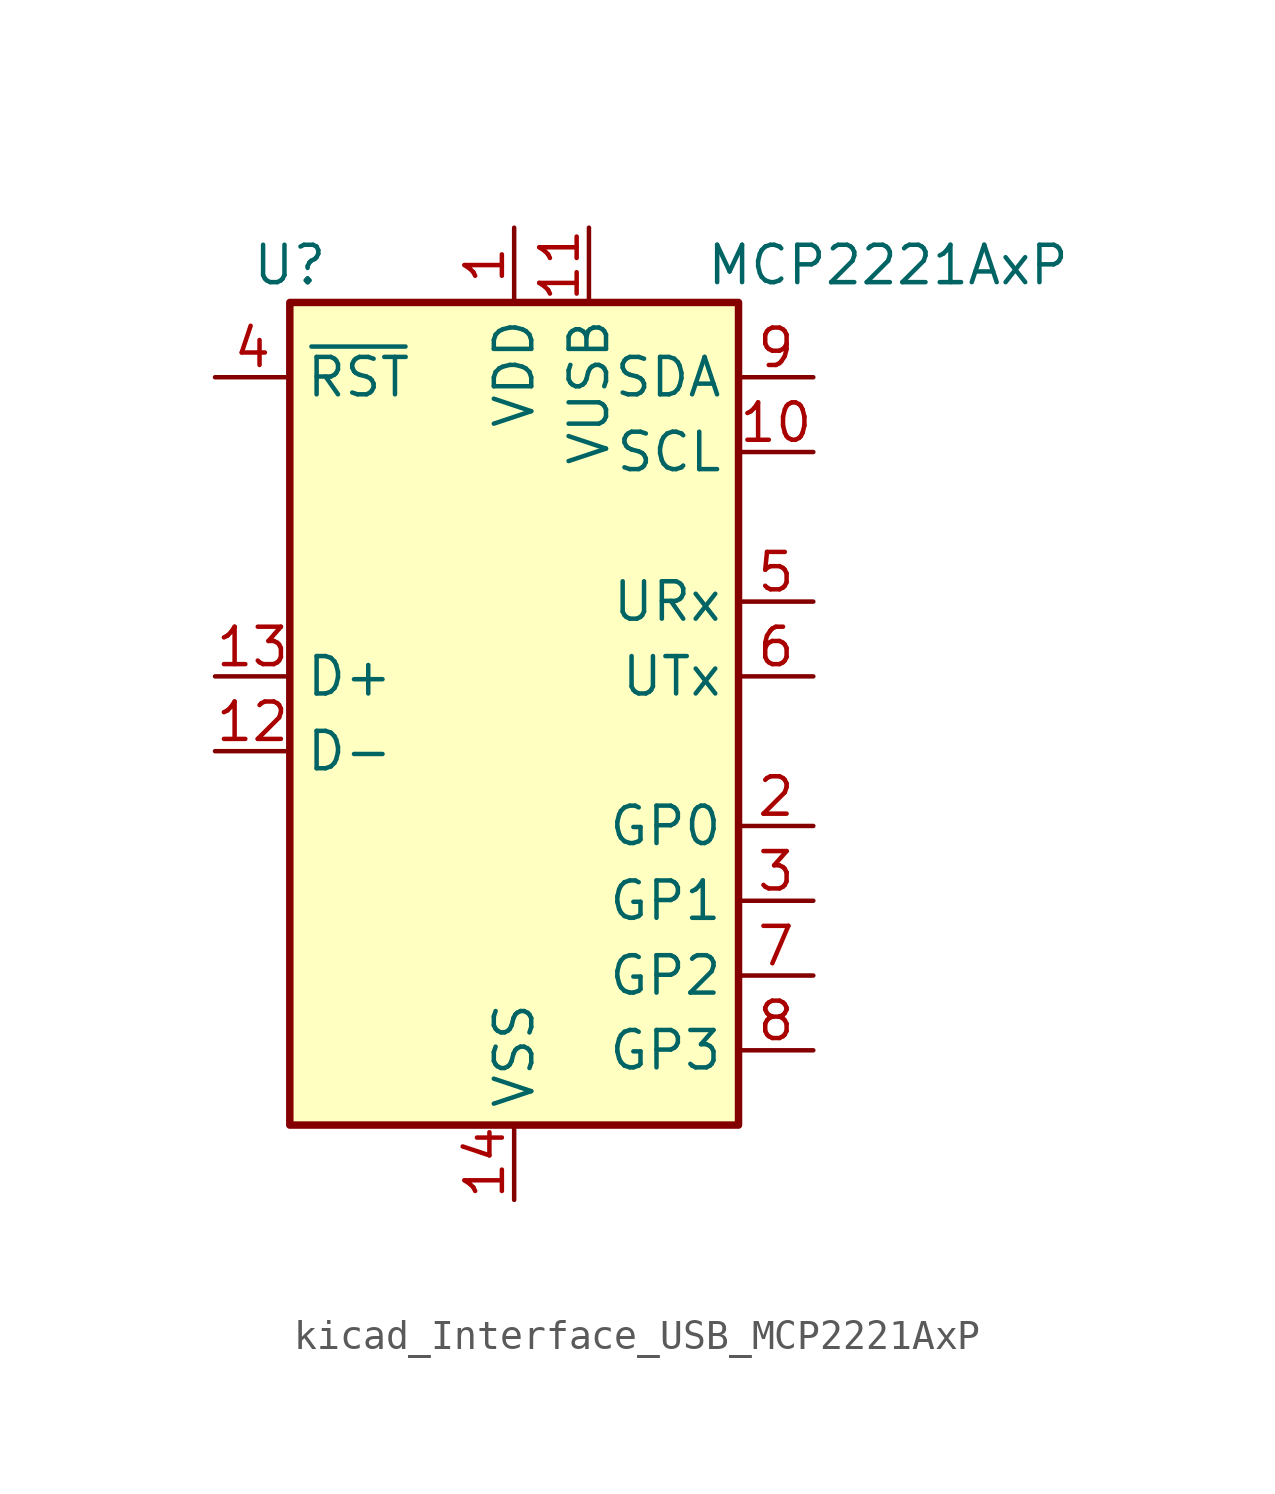
<source format=kicad_sym>
(kicad_symbol_lib
  (version 20220914)
  (generator kicad_symbol_editor)
  (symbol "kicad_Interface_USB_MCP2221AxP"
    (property "Reference" "U"
      (at -7.62 16.51 0)
      (effects (font (size 1.27 1.27))))
    (property "Value" "MCP2221AxP"
      (at 12.7 16.51 0)
      (effects (font (size 1.27 1.27))))
    (symbol "kicad_Interface_USB_MCP2221AxP_0_1"
      (rectangle (start -7.62 15.24) (end 7.62 -12.7) (stroke (width 0.254) (type default)) (fill (type background))))
    (symbol "kicad_Interface_USB_MCP2221AxP_1_1"
      (pin power_in line (at 0 17.78 270) (length 2.54) (name "VDD" (effects (font (size 1.27 1.27)))) (number "1" (effects (font (size 1.27 1.27)))))
      (pin bidirectional line (at 10.16 10.16 180) (length 2.54) (name "SCL" (effects (font (size 1.27 1.27)))) (number "10" (effects (font (size 1.27 1.27)))))
      (pin passive line (at 2.54 17.78 270) (length 2.54) (name "VUSB" (effects (font (size 1.27 1.27)))) (number "11" (effects (font (size 1.27 1.27)))))
      (pin bidirectional line (at -10.16 0 0) (length 2.54) (name "D-" (effects (font (size 1.27 1.27)))) (number "12" (effects (font (size 1.27 1.27)))))
      (pin bidirectional line (at -10.16 2.54 0) (length 2.54) (name "D+" (effects (font (size 1.27 1.27)))) (number "13" (effects (font (size 1.27 1.27)))))
      (pin power_in line (at 0 -15.24 90) (length 2.54) (name "VSS" (effects (font (size 1.27 1.27)))) (number "14" (effects (font (size 1.27 1.27)))))
      (pin bidirectional line (at 10.16 -2.54 180) (length 2.54) (name "GP0" (effects (font (size 1.27 1.27)))) (number "2" (effects (font (size 1.27 1.27)))))
      (pin bidirectional line (at 10.16 -5.08 180) (length 2.54) (name "GP1" (effects (font (size 1.27 1.27)))) (number "3" (effects (font (size 1.27 1.27)))))
      (pin input line (at -10.16 12.7 0) (length 2.54) (name "~{RST}" (effects (font (size 1.27 1.27)))) (number "4" (effects (font (size 1.27 1.27)))))
      (pin input line (at 10.16 5.08 180) (length 2.54) (name "URx" (effects (font (size 1.27 1.27)))) (number "5" (effects (font (size 1.27 1.27)))))
      (pin output line (at 10.16 2.54 180) (length 2.54) (name "UTx" (effects (font (size 1.27 1.27)))) (number "6" (effects (font (size 1.27 1.27)))))
      (pin bidirectional line (at 10.16 -7.62 180) (length 2.54) (name "GP2" (effects (font (size 1.27 1.27)))) (number "7" (effects (font (size 1.27 1.27)))))
      (pin bidirectional line (at 10.16 -10.16 180) (length 2.54) (name "GP3" (effects (font (size 1.27 1.27)))) (number "8" (effects (font (size 1.27 1.27)))))
      (pin bidirectional line (at 10.16 12.7 180) (length 2.54) (name "SDA" (effects (font (size 1.27 1.27)))) (number "9" (effects (font (size 1.27 1.27))))))))
</source>
